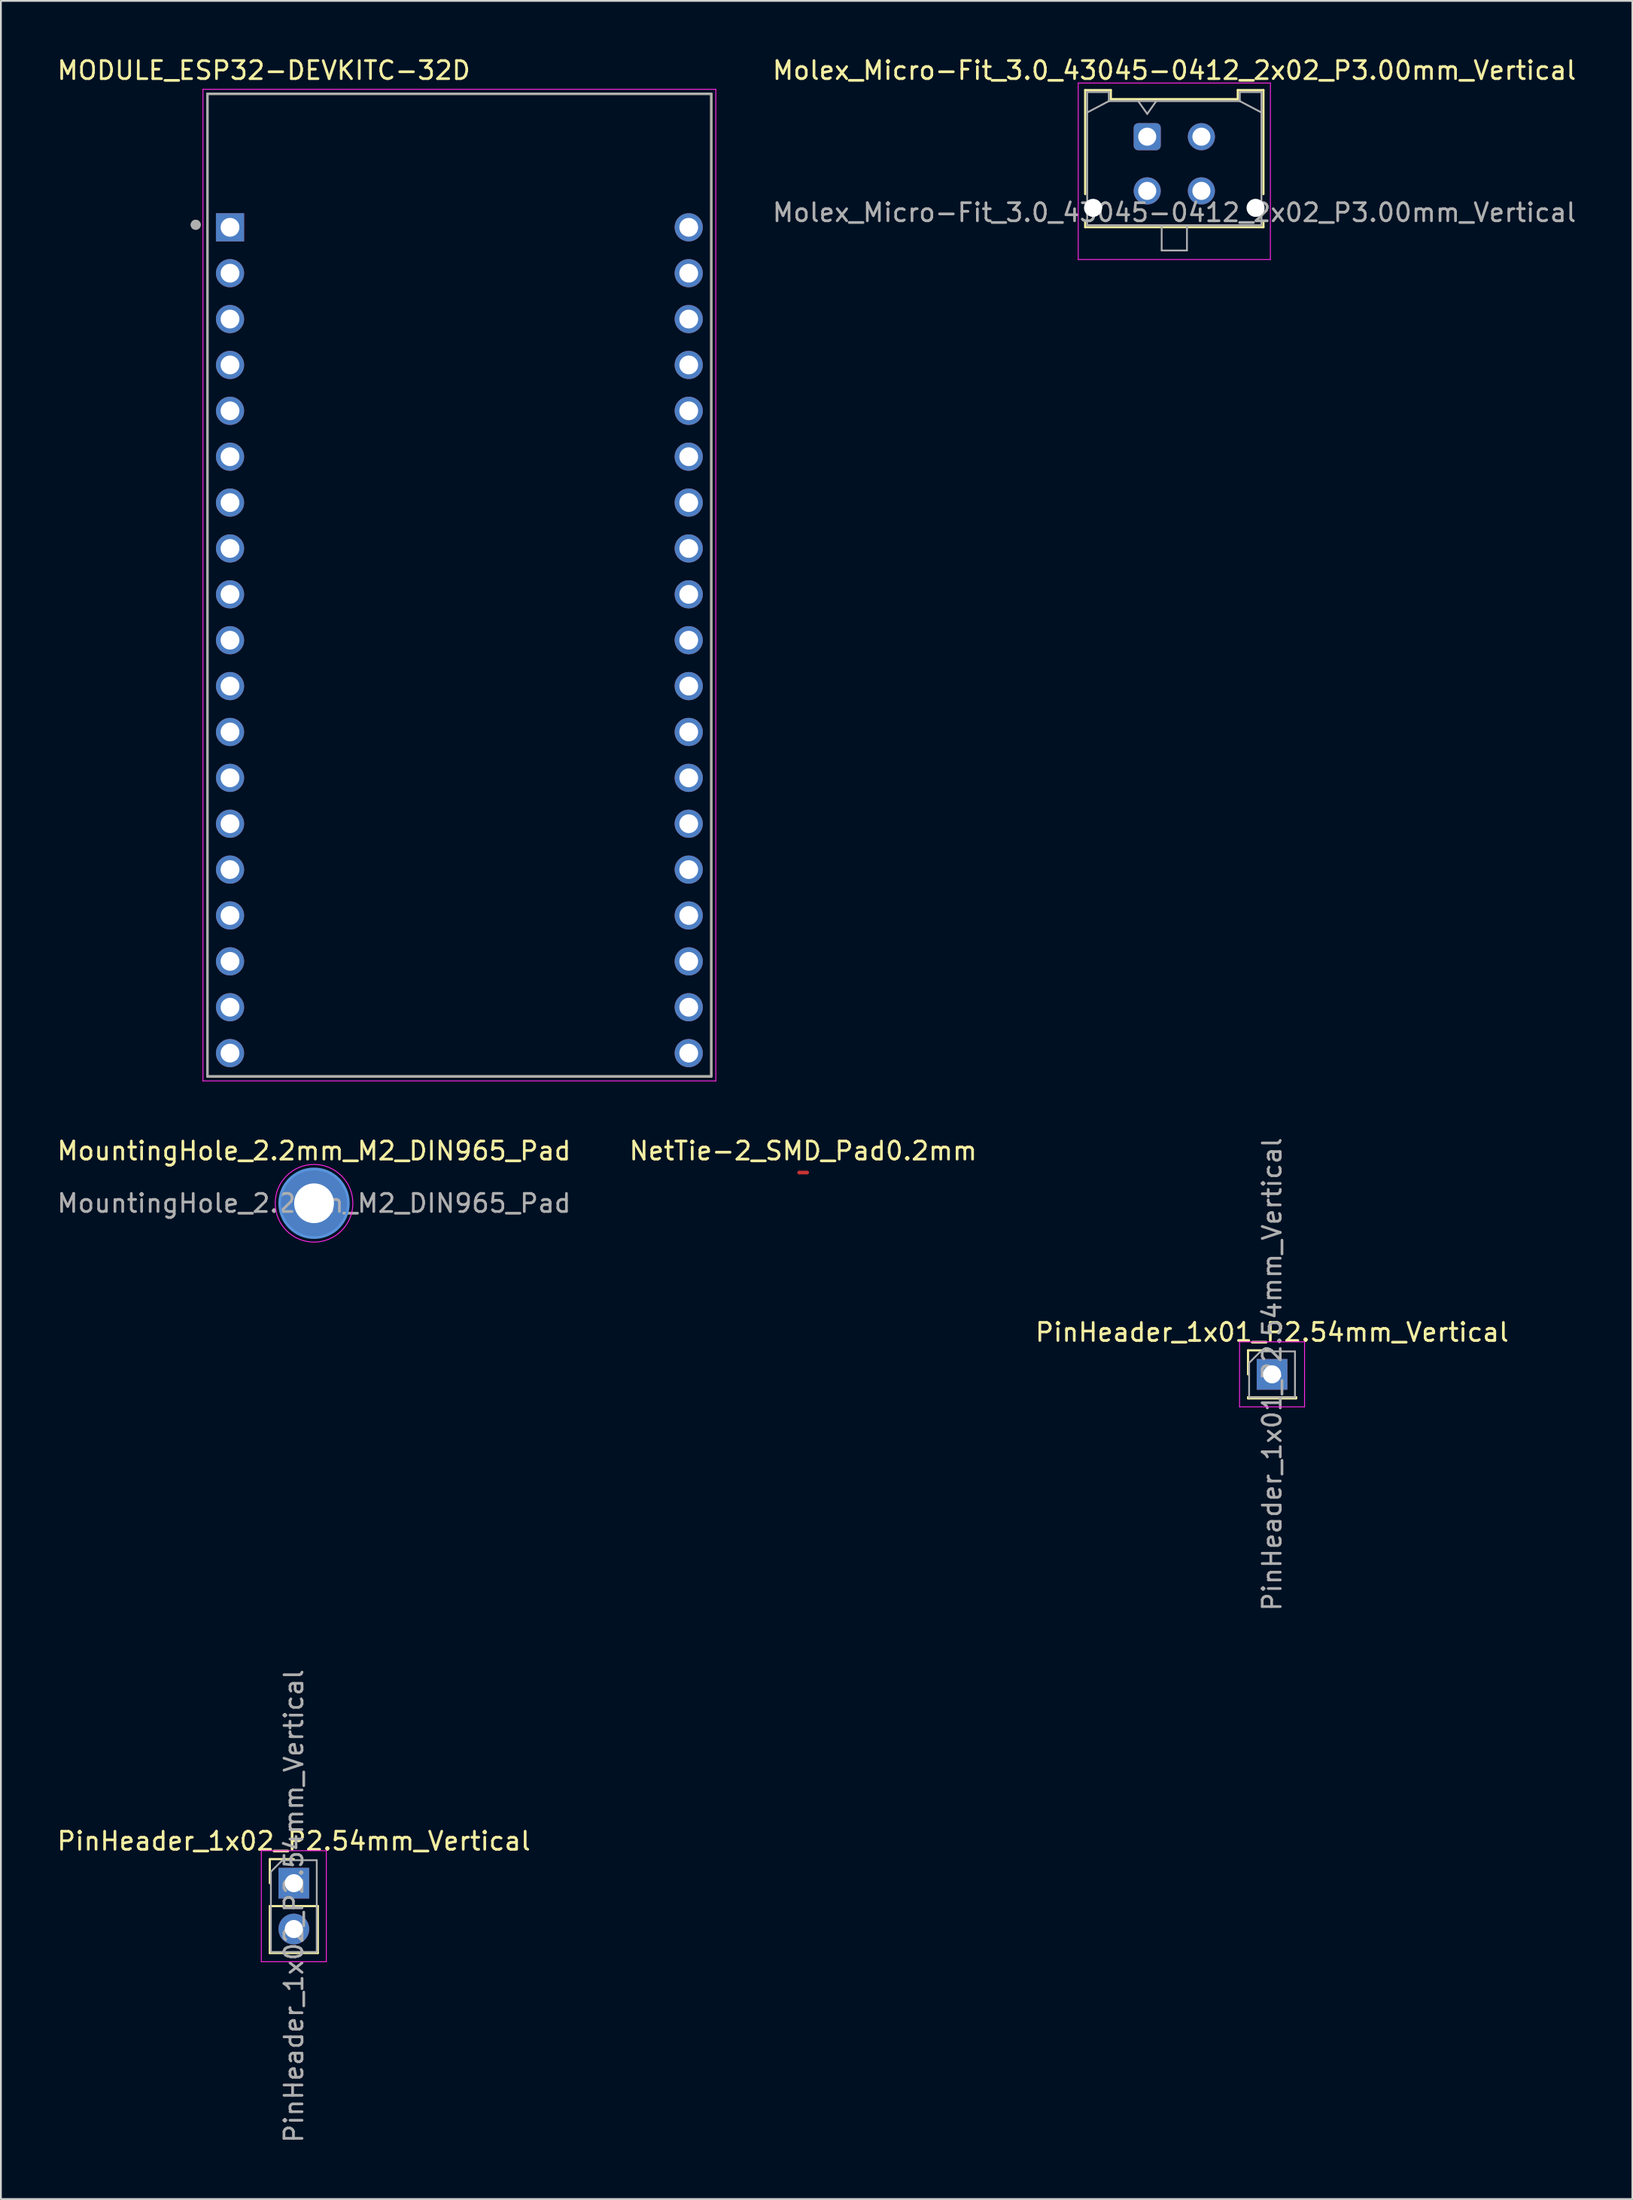
<source format=kicad_pcb>
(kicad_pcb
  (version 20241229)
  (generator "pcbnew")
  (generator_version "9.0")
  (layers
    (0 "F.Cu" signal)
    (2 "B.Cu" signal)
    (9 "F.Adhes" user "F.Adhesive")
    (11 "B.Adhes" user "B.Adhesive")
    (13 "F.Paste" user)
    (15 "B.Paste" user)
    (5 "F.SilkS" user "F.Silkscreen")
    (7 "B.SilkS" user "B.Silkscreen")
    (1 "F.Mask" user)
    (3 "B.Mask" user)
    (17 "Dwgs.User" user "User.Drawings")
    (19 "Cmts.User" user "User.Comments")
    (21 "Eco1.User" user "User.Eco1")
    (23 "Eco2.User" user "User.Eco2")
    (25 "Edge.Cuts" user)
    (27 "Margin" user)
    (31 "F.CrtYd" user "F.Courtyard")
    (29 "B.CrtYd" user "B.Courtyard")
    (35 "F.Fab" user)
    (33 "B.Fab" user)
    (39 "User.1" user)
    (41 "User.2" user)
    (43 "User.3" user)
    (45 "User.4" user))
  (footprint "PinHeader_1x01_P2.54mm_Vertical"
    (layer "F.Cu")
    (at 67.387 73.04)
    (property "Reference" "PinHeader_1x01_P2.54mm_Vertical" (at 0 -2.33 180) (layer "F.SilkS") (effects (font (size 1 1) (thickness 0.15))))
    (attr through_hole exclude_from_bom)
    (fp_line (start -1.33 -1.33) (end 0 -1.33) (stroke (width 0.12) (type solid)) (layer "F.SilkS"))
    (fp_line (start -1.33 0) (end -1.33 -1.33) (stroke (width 0.12) (type solid)) (layer "F.SilkS"))
    (fp_line (start -1.33 1.27) (end -1.33 1.33) (stroke (width 0.12) (type solid)) (layer "F.SilkS"))
    (fp_line (start -1.33 1.27) (end 1.33 1.27) (stroke (width 0.12) (type solid)) (layer "F.SilkS"))
    (fp_line (start -1.33 1.33) (end 1.33 1.33) (stroke (width 0.12) (type solid)) (layer "F.SilkS"))
    (fp_line (start 1.33 1.27) (end 1.33 1.33) (stroke (width 0.12) (type solid)) (layer "F.SilkS"))
    (fp_line (start -1.8 -1.8) (end -1.8 1.8) (stroke (width 0.05) (type solid)) (layer "F.CrtYd"))
    (fp_line (start -1.8 1.8) (end 1.8 1.8) (stroke (width 0.05) (type solid)) (layer "F.CrtYd"))
    (fp_line (start 1.8 -1.8) (end -1.8 -1.8) (stroke (width 0.05) (type solid)) (layer "F.CrtYd"))
    (fp_line (start 1.8 1.8) (end 1.8 -1.8) (stroke (width 0.05) (type solid)) (layer "F.CrtYd"))
    (fp_line (start -1.27 -0.635) (end -0.635 -1.27) (stroke (width 0.1) (type solid)) (layer "F.Fab"))
    (fp_line (start -1.27 1.27) (end -1.27 -0.635) (stroke (width 0.1) (type solid)) (layer "F.Fab"))
    (fp_line (start -0.635 -1.27) (end 1.27 -1.27) (stroke (width 0.1) (type solid)) (layer "F.Fab"))
    (fp_line (start 1.27 -1.27) (end 1.27 1.27) (stroke (width 0.1) (type solid)) (layer "F.Fab"))
    (fp_line (start 1.27 1.27) (end -1.27 1.27) (stroke (width 0.1) (type solid)) (layer "F.Fab"))
    (fp_text user "${REFERENCE}" (at 0 0 270) (layer "F.Fab") (effects (font (size 1 1) (thickness 0.15))))
    (pad "1" thru_hole rect (at 0 0) (size 1.7 1.7) (drill 1) (layers "*.Cu" "*.Mask")))
  (footprint "PinHeader_1x02_P2.54mm_Vertical"
    (layer "F.Cu")
    (at 13.22 101.21)
    (property "Reference" "PinHeader_1x02_P2.54mm_Vertical" (at 0 -2.33 0) (layer "F.SilkS") (effects (font (size 1 1) (thickness 0.15))))
    (attr through_hole exclude_from_bom)
    (fp_line (start -1.33 -1.33) (end 0 -1.33) (stroke (width 0.12) (type solid)) (layer "F.SilkS"))
    (fp_line (start -1.33 0) (end -1.33 -1.33) (stroke (width 0.12) (type solid)) (layer "F.SilkS"))
    (fp_line (start -1.33 1.27) (end -1.33 3.87) (stroke (width 0.12) (type solid)) (layer "F.SilkS"))
    (fp_line (start -1.33 1.27) (end 1.33 1.27) (stroke (width 0.12) (type solid)) (layer "F.SilkS"))
    (fp_line (start -1.33 3.87) (end 1.33 3.87) (stroke (width 0.12) (type solid)) (layer "F.SilkS"))
    (fp_line (start 1.33 1.27) (end 1.33 3.87) (stroke (width 0.12) (type solid)) (layer "F.SilkS"))
    (fp_line (start -1.8 -1.8) (end -1.8 4.35) (stroke (width 0.05) (type solid)) (layer "F.CrtYd"))
    (fp_line (start -1.8 4.35) (end 1.8 4.35) (stroke (width 0.05) (type solid)) (layer "F.CrtYd"))
    (fp_line (start 1.8 -1.8) (end -1.8 -1.8) (stroke (width 0.05) (type solid)) (layer "F.CrtYd"))
    (fp_line (start 1.8 4.35) (end 1.8 -1.8) (stroke (width 0.05) (type solid)) (layer "F.CrtYd"))
    (fp_line (start -1.27 -0.635) (end -0.635 -1.27) (stroke (width 0.1) (type solid)) (layer "F.Fab"))
    (fp_line (start -1.27 3.81) (end -1.27 -0.635) (stroke (width 0.1) (type solid)) (layer "F.Fab"))
    (fp_line (start -0.635 -1.27) (end 1.27 -1.27) (stroke (width 0.1) (type solid)) (layer "F.Fab"))
    (fp_line (start 1.27 -1.27) (end 1.27 3.81) (stroke (width 0.1) (type solid)) (layer "F.Fab"))
    (fp_line (start 1.27 3.81) (end -1.27 3.81) (stroke (width 0.1) (type solid)) (layer "F.Fab"))
    (fp_text user "${REFERENCE}" (at 0 1.27 90) (layer "F.Fab") (effects (font (size 1 1) (thickness 0.15))))
    (pad "1" thru_hole rect (at 0 0) (size 1.7 1.7) (drill 1) (layers "*.Cu" "*.Mask"))
    (pad "2" thru_hole oval (at 0 2.54) (size 1.7 1.7) (drill 1) (layers "*.Cu" "*.Mask")))
  (footprint "MODULE_ESP32-DEVKITC-32D"
    (layer "F.Cu")
    (at 22.387 29.295)
    (property "Reference" "MODULE_ESP32-DEVKITC-32D" (at -10.829 -28.446 0) (layer "F.SilkS") (effects (font (size 1 1) (thickness 0.15))))
    (attr through_hole)
    (fp_line (start -13.95 -27.15) (end 13.95 -27.15) (stroke (width 0.127) (type solid)) (layer "F.SilkS"))
    (fp_line (start -13.95 27.25) (end -13.95 -27.15) (stroke (width 0.127) (type solid)) (layer "F.SilkS"))
    (fp_line (start 13.95 -27.15) (end 13.95 27.25) (stroke (width 0.127) (type solid)) (layer "F.SilkS"))
    (fp_line (start 13.95 27.25) (end -13.95 27.25) (stroke (width 0.127) (type solid)) (layer "F.SilkS"))
    (fp_line (start -14.2 -27.4) (end 14.2 -27.4) (stroke (width 0.05) (type solid)) (layer "F.CrtYd"))
    (fp_line (start -14.2 27.5) (end -14.2 -27.4) (stroke (width 0.05) (type solid)) (layer "F.CrtYd"))
    (fp_line (start 14.2 -27.4) (end 14.2 27.5) (stroke (width 0.05) (type solid)) (layer "F.CrtYd"))
    (fp_line (start 14.2 27.5) (end -14.2 27.5) (stroke (width 0.05) (type solid)) (layer "F.CrtYd"))
    (fp_line (start -13.95 -27.15) (end 13.95 -27.15) (stroke (width 0.127) (type solid)) (layer "F.Fab"))
    (fp_line (start -13.95 27.25) (end -13.95 -27.15) (stroke (width 0.127) (type solid)) (layer "F.Fab"))
    (fp_line (start 13.95 -27.15) (end 13.95 27.25) (stroke (width 0.127) (type solid)) (layer "F.Fab"))
    (fp_line (start 13.95 27.25) (end -13.95 27.25) (stroke (width 0.127) (type solid)) (layer "F.Fab"))
    (fp_circle (center -14.6 -19.9) (end -14.46 -19.9) (stroke (width 0.28) (type solid)) (fill no) (layer "F.Fab"))
    (fp_circle (center -14.6 -19.9) (end -14.46 -19.9) (stroke (width 0.28) (type solid)) (fill no) (layer "F.Fab"))
    (pad "1" thru_hole rect (at -12.7 -19.76) (size 1.56 1.56) (drill 1.04) (layers "*.Cu" "*.Mask"))
    (pad "2" thru_hole circle (at -12.7 -17.22) (size 1.56 1.56) (drill 1.04) (layers "*.Cu" "*.Mask"))
    (pad "3" thru_hole circle (at -12.7 -14.68) (size 1.56 1.56) (drill 1.04) (layers "*.Cu" "*.Mask"))
    (pad "4" thru_hole circle (at -12.7 -12.14) (size 1.56 1.56) (drill 1.04) (layers "*.Cu" "*.Mask"))
    (pad "5" thru_hole circle (at -12.7 -9.6) (size 1.56 1.56) (drill 1.04) (layers "*.Cu" "*.Mask"))
    (pad "6" thru_hole circle (at -12.7 -7.06) (size 1.56 1.56) (drill 1.04) (layers "*.Cu" "*.Mask"))
    (pad "7" thru_hole circle (at -12.7 -4.52) (size 1.56 1.56) (drill 1.04) (layers "*.Cu" "*.Mask"))
    (pad "8" thru_hole circle (at -12.7 -1.98) (size 1.56 1.56) (drill 1.04) (layers "*.Cu" "*.Mask"))
    (pad "9" thru_hole circle (at -12.7 0.56) (size 1.56 1.56) (drill 1.04) (layers "*.Cu" "*.Mask"))
    (pad "10" thru_hole circle (at -12.7 3.1) (size 1.56 1.56) (drill 1.04) (layers "*.Cu" "*.Mask"))
    (pad "11" thru_hole circle (at -12.7 5.64) (size 1.56 1.56) (drill 1.04) (layers "*.Cu" "*.Mask"))
    (pad "12" thru_hole circle (at -12.7 8.18) (size 1.56 1.56) (drill 1.04) (layers "*.Cu" "*.Mask"))
    (pad "13" thru_hole circle (at -12.7 10.72) (size 1.56 1.56) (drill 1.04) (layers "*.Cu" "*.Mask"))
    (pad "14" thru_hole circle (at -12.7 13.26) (size 1.56 1.56) (drill 1.04) (layers "*.Cu" "*.Mask"))
    (pad "15" thru_hole circle (at -12.7 15.8) (size 1.56 1.56) (drill 1.04) (layers "*.Cu" "*.Mask"))
    (pad "16" thru_hole circle (at -12.7 18.34) (size 1.56 1.56) (drill 1.04) (layers "*.Cu" "*.Mask"))
    (pad "17" thru_hole circle (at -12.7 20.88) (size 1.56 1.56) (drill 1.04) (layers "*.Cu" "*.Mask"))
    (pad "18" thru_hole circle (at -12.7 23.42) (size 1.56 1.56) (drill 1.04) (layers "*.Cu" "*.Mask"))
    (pad "19" thru_hole circle (at -12.7 25.96) (size 1.56 1.56) (drill 1.04) (layers "*.Cu" "*.Mask"))
    (pad "20" thru_hole circle (at 12.7 -19.76) (size 1.56 1.56) (drill 1.04) (layers "*.Cu" "*.Mask"))
    (pad "21" thru_hole circle (at 12.7 -17.22) (size 1.56 1.56) (drill 1.04) (layers "*.Cu" "*.Mask"))
    (pad "22" thru_hole circle (at 12.7 -14.68) (size 1.56 1.56) (drill 1.04) (layers "*.Cu" "*.Mask"))
    (pad "23" thru_hole circle (at 12.7 -12.14) (size 1.56 1.56) (drill 1.04) (layers "*.Cu" "*.Mask"))
    (pad "24" thru_hole circle (at 12.7 -9.6) (size 1.56 1.56) (drill 1.04) (layers "*.Cu" "*.Mask"))
    (pad "25" thru_hole circle (at 12.7 -7.06) (size 1.56 1.56) (drill 1.04) (layers "*.Cu" "*.Mask"))
    (pad "26" thru_hole circle (at 12.7 -4.52) (size 1.56 1.56) (drill 1.04) (layers "*.Cu" "*.Mask"))
    (pad "27" thru_hole circle (at 12.7 -1.98) (size 1.56 1.56) (drill 1.04) (layers "*.Cu" "*.Mask"))
    (pad "28" thru_hole circle (at 12.7 0.56) (size 1.56 1.56) (drill 1.04) (layers "*.Cu" "*.Mask"))
    (pad "29" thru_hole circle (at 12.7 3.1) (size 1.56 1.56) (drill 1.04) (layers "*.Cu" "*.Mask"))
    (pad "30" thru_hole circle (at 12.7 5.64) (size 1.56 1.56) (drill 1.04) (layers "*.Cu" "*.Mask"))
    (pad "31" thru_hole circle (at 12.7 8.18) (size 1.56 1.56) (drill 1.04) (layers "*.Cu" "*.Mask"))
    (pad "32" thru_hole circle (at 12.7 10.72) (size 1.56 1.56) (drill 1.04) (layers "*.Cu" "*.Mask"))
    (pad "33" thru_hole circle (at 12.7 13.26) (size 1.56 1.56) (drill 1.04) (layers "*.Cu" "*.Mask"))
    (pad "34" thru_hole circle (at 12.7 15.8) (size 1.56 1.56) (drill 1.04) (layers "*.Cu" "*.Mask"))
    (pad "35" thru_hole circle (at 12.7 18.34) (size 1.56 1.56) (drill 1.04) (layers "*.Cu" "*.Mask"))
    (pad "36" thru_hole circle (at 12.7 20.88) (size 1.56 1.56) (drill 1.04) (layers "*.Cu" "*.Mask"))
    (pad "37" thru_hole circle (at 12.7 23.42) (size 1.56 1.56) (drill 1.04) (layers "*.Cu" "*.Mask"))
    (pad "38" thru_hole circle (at 12.7 25.96) (size 1.56 1.56) (drill 1.04) (layers "*.Cu" "*.Mask")))
  (footprint "NetTie-2_SMD_Pad0.2mm"
    (layer "F.Cu")
    (at 41.423 61.868)
    (property "Reference" "NetTie-2_SMD_Pad0.2mm" (at 0 -1.2 0) (layer "F.SilkS") (effects (font (size 1 1) (thickness 0.15))))
    (attr exclude_from_pos_files exclude_from_bom allow_missing_courtyard)
    (fp_poly (pts (xy -0.225 -0.1) (xy 0.225 -0.1) (xy 0.225 0.1) (xy -0.225 0.1)) (stroke (width 0) (type solid)) (fill yes) (layer "F.Cu"))
    (pad "1" smd circle (at -0.225 0) (size 0.2 0.2) (layers "F.Cu"))
    (pad "2" smd circle (at 0.225 0) (size 0.2 0.2) (layers "F.Cu")))
  (footprint "Molex_Micro-Fit_3.0_43045-0412_2x02_P3.00mm_Vertical"
    (layer "F.Cu")
    (at 60.475 4.518)
    (property "Reference" "Molex_Micro-Fit_3.0_43045-0412_2x02_P3.00mm_Vertical" (at 1.5 -3.67 0) (layer "F.SilkS") (effects (font (size 1 1) (thickness 0.15))))
    (attr through_hole)
    (fp_line (start -3.435 -2.58) (end -2.015 -2.58) (stroke (width 0.12) (type solid)) (layer "F.SilkS"))
    (fp_line (start -3.435 3.18) (end -3.435 -2.58) (stroke (width 0.12) (type solid)) (layer "F.SilkS"))
    (fp_line (start -3.435 4.7) (end -3.435 5.01) (stroke (width 0.12) (type solid)) (layer "F.SilkS"))
    (fp_line (start -3.435 5.01) (end 6.435 5.01) (stroke (width 0.12) (type solid)) (layer "F.SilkS"))
    (fp_line (start -2.015 -2.58) (end -2.015 -2.08) (stroke (width 0.12) (type solid)) (layer "F.SilkS"))
    (fp_line (start -2.015 -2.08) (end 5.015 -2.08) (stroke (width 0.12) (type solid)) (layer "F.SilkS"))
    (fp_line (start 5.015 -2.58) (end 6.435 -2.58) (stroke (width 0.12) (type solid)) (layer "F.SilkS"))
    (fp_line (start 5.015 -2.08) (end 5.015 -2.58) (stroke (width 0.12) (type solid)) (layer "F.SilkS"))
    (fp_line (start 6.435 -2.58) (end 6.435 3.18) (stroke (width 0.12) (type solid)) (layer "F.SilkS"))
    (fp_line (start 6.435 5.01) (end 6.435 4.7) (stroke (width 0.12) (type solid)) (layer "F.SilkS"))
    (fp_line (start -3.82 -2.97) (end 6.82 -2.97) (stroke (width 0.05) (type solid)) (layer "F.CrtYd"))
    (fp_line (start -3.82 6.8) (end -3.82 -2.97) (stroke (width 0.05) (type solid)) (layer "F.CrtYd"))
    (fp_line (start 6.82 -2.97) (end 6.82 6.8) (stroke (width 0.05) (type solid)) (layer "F.CrtYd"))
    (fp_line (start 6.82 6.8) (end -3.82 6.8) (stroke (width 0.05) (type solid)) (layer "F.CrtYd"))
    (fp_line (start -3.325 -2.47) (end -3.325 4.9) (stroke (width 0.1) (type solid)) (layer "F.Fab"))
    (fp_line (start -3.325 -1.34) (end -2.125 -1.97) (stroke (width 0.1) (type solid)) (layer "F.Fab"))
    (fp_line (start -3.325 4.9) (end 6.325 4.9) (stroke (width 0.1) (type solid)) (layer "F.Fab"))
    (fp_line (start -2.125 -2.47) (end -3.325 -2.47) (stroke (width 0.1) (type solid)) (layer "F.Fab"))
    (fp_line (start -2.125 -1.97) (end -2.125 -2.47) (stroke (width 0.1) (type solid)) (layer "F.Fab"))
    (fp_line (start -0.5 -1.97) (end 0 -1.263) (stroke (width 0.1) (type solid)) (layer "F.Fab"))
    (fp_line (start 0 -1.263) (end 0.5 -1.97) (stroke (width 0.1) (type solid)) (layer "F.Fab"))
    (fp_line (start 0.8 4.9) (end 0.8 6.3) (stroke (width 0.1) (type solid)) (layer "F.Fab"))
    (fp_line (start 0.8 6.3) (end 2.2 6.3) (stroke (width 0.1) (type solid)) (layer "F.Fab"))
    (fp_line (start 2.2 6.3) (end 2.2 4.9) (stroke (width 0.1) (type solid)) (layer "F.Fab"))
    (fp_line (start 5.125 -2.47) (end 5.125 -1.97) (stroke (width 0.1) (type solid)) (layer "F.Fab"))
    (fp_line (start 5.125 -1.97) (end -2.125 -1.97) (stroke (width 0.1) (type solid)) (layer "F.Fab"))
    (fp_line (start 6.325 -2.47) (end 5.125 -2.47) (stroke (width 0.1) (type solid)) (layer "F.Fab"))
    (fp_line (start 6.325 -1.34) (end 5.125 -1.97) (stroke (width 0.1) (type solid)) (layer "F.Fab"))
    (fp_line (start 6.325 4.9) (end 6.325 -2.47) (stroke (width 0.1) (type solid)) (layer "F.Fab"))
    (fp_text user "${REFERENCE}" (at 1.5 4.2 0) (layer "F.Fab") (effects (font (size 1 1) (thickness 0.15))))
    (pad "" np_thru_hole circle (at -3 3.94) (size 1 1) (drill 1) (layers "*.Cu" "*.Mask"))
    (pad "" np_thru_hole circle (at 6 3.94) (size 1 1) (drill 1) (layers "*.Cu" "*.Mask"))
    (pad "1" thru_hole roundrect (at 0 0) (size 1.5 1.5) (drill 1) (layers "*.Cu" "*.Mask") (roundrect_rratio 0.167))
    (pad "2" thru_hole circle (at 3 0) (size 1.5 1.5) (drill 1) (layers "*.Cu" "*.Mask"))
    (pad "3" thru_hole circle (at 0 3) (size 1.5 1.5) (drill 1) (layers "*.Cu" "*.Mask"))
    (pad "4" thru_hole circle (at 3 3) (size 1.5 1.5) (drill 1) (layers "*.Cu" "*.Mask")))
  (footprint "MountingHole_2.2mm_M2_DIN965_Pad"
    (layer "F.Cu")
    (at 14.339 63.568)
    (property "Reference" "MountingHole_2.2mm_M2_DIN965_Pad" (at 0 -2.9 0) (layer "F.SilkS") (effects (font (size 1 1) (thickness 0.15))))
    (attr exclude_from_pos_files)
    (fp_circle (center 0 0) (end 1.9 0) (stroke (width 0.15) (type solid)) (fill no) (layer "Cmts.User"))
    (fp_circle (center 0 0) (end 2.15 0) (stroke (width 0.05) (type solid)) (fill no) (layer "F.CrtYd"))
    (fp_text user "${REFERENCE}" (at 0 0 0) (layer "F.Fab") (effects (font (size 1 1) (thickness 0.15))))
    (pad "1" thru_hole circle (at 0 0) (size 3.8 3.8) (drill 2.2) (layers "*.Cu" "*.Mask")))
  (gr_rect
    (start -3 -3)
    (end 87.338 118.7)
    (stroke (width 0.1) (type default))
    (fill no)
    (layer "Edge.Cuts")))
</source>
